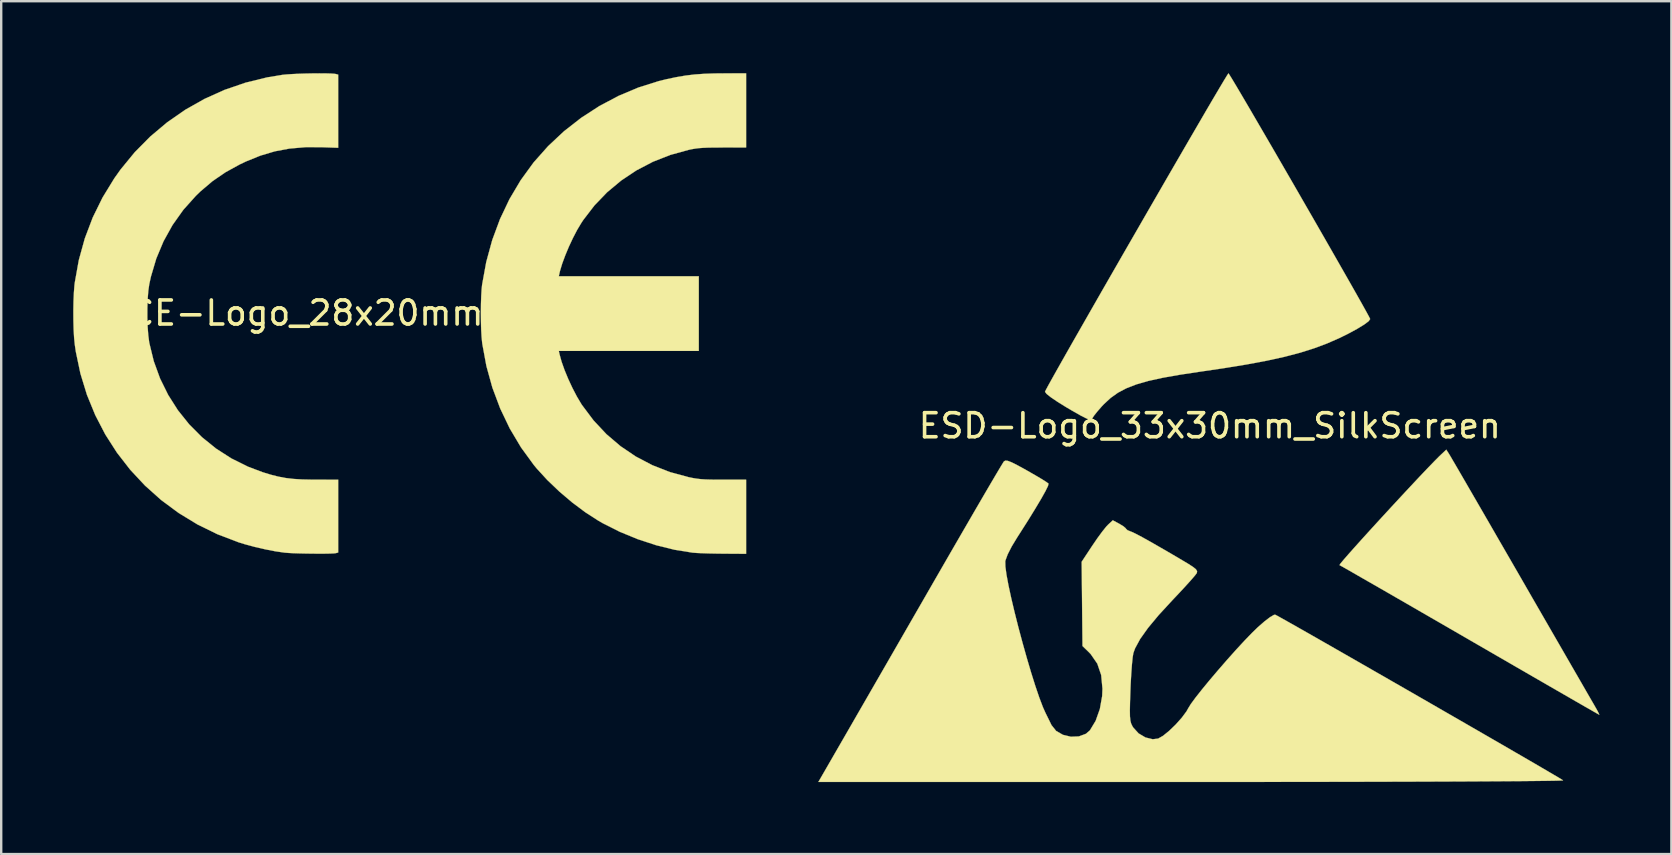
<source format=kicad_pcb>
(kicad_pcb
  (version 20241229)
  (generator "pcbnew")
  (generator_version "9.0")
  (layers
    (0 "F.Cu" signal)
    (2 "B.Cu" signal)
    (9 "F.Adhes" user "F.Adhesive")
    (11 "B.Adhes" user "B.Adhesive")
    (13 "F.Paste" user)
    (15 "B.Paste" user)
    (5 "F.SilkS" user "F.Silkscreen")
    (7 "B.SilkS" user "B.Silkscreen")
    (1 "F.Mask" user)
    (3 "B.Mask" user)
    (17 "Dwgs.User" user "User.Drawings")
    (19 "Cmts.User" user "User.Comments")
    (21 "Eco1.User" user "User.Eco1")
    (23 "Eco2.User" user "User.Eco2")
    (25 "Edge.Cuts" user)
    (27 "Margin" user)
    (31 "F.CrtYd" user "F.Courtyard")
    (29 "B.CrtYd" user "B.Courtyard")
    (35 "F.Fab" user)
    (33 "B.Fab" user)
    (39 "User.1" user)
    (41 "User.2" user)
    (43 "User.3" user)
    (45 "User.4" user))
  (footprint "ESD-Logo_33x30mm_SilkScreen"
    (layer "F.Cu")
    (at 47.344 14.686)
    (property "Reference" "ESD-Logo_33x30mm_SilkScreen" (at 0 0 0) (layer "F.SilkS") (effects (font (size 1 1) (thickness 0.15))))
    (attr exclude_from_pos_files exclude_from_bom)
    (fp_poly (pts (xy 9.968 1.177) (xy 10.025 1.272) (xy 10.153 1.492) (xy 10.347 1.824) (xy 10.598 2.257) (xy 10.902 2.782) (xy 11.252 3.386) (xy 11.641 4.059) (xy 12.063 4.791) (xy 12.513 5.569) (xy 12.975 6.369) (xy 13.446 7.188) (xy 13.899 7.973) (xy 14.327 8.714) (xy 14.723 9.4) (xy 15.08 10.019) (xy 15.392 10.559) (xy 15.652 11.01) (xy 15.854 11.361) (xy 15.992 11.598) (xy 16.056 11.71) (xy 16.162 11.898) (xy 16.219 12.016) (xy 16.222 12.036) (xy 16.152 11.998) (xy 15.958 11.887) (xy 15.65 11.711) (xy 15.238 11.474) (xy 14.732 11.182) (xy 14.142 10.842) (xy 13.479 10.459) (xy 12.752 10.039) (xy 11.972 9.588) (xy 11.149 9.112) (xy 10.836 8.931) (xy 9.998 8.446) (xy 9.198 7.984) (xy 8.448 7.55) (xy 7.756 7.151) (xy 7.133 6.792) (xy 6.589 6.48) (xy 6.135 6.219) (xy 5.782 6.016) (xy 5.538 5.878) (xy 5.415 5.809) (xy 5.402 5.803) (xy 5.439 5.744) (xy 5.57 5.586) (xy 5.78 5.344) (xy 6.057 5.033) (xy 6.387 4.666) (xy 6.757 4.259) (xy 7.153 3.826) (xy 7.562 3.382) (xy 7.971 2.94) (xy 8.366 2.516) (xy 8.734 2.123) (xy 9.062 1.778) (xy 9.337 1.493) (xy 9.544 1.284) (xy 9.615 1.216) (xy 9.851 0.994) (xy 9.968 1.177)) (stroke (width 0.01) (type solid)) (fill yes) (layer "F.SilkS"))
    (fp_poly (pts (xy 0.823 -14.615) (xy 0.938 -14.428) (xy 1.116 -14.131) (xy 1.349 -13.736) (xy 1.63 -13.258) (xy 1.951 -12.707) (xy 2.306 -12.098) (xy 2.687 -11.443) (xy 3.086 -10.753) (xy 3.497 -10.043) (xy 3.911 -9.324) (xy 4.323 -8.609) (xy 4.724 -7.911) (xy 5.107 -7.243) (xy 5.465 -6.616) (xy 5.791 -6.045) (xy 6.077 -5.541) (xy 6.316 -5.117) (xy 6.501 -4.785) (xy 6.624 -4.56) (xy 6.678 -4.452) (xy 6.68 -4.445) (xy 6.613 -4.353) (xy 6.425 -4.213) (xy 6.14 -4.039) (xy 5.779 -3.843) (xy 5.402 -3.657) (xy 4.888 -3.431) (xy 4.347 -3.229) (xy 3.762 -3.044) (xy 3.113 -2.874) (xy 2.381 -2.713) (xy 1.548 -2.557) (xy 0.596 -2.401) (xy -0.389 -2.256) (xy -1.245 -2.127) (xy -1.963 -2) (xy -2.563 -1.868) (xy -3.061 -1.724) (xy -3.477 -1.562) (xy -3.827 -1.377) (xy -4.13 -1.161) (xy -4.404 -0.908) (xy -4.493 -0.815) (xy -4.684 -0.596) (xy -4.826 -0.418) (xy -4.892 -0.313) (xy -4.894 -0.304) (xy -4.917 -0.252) (xy -4.996 -0.251) (xy -5.149 -0.31) (xy -5.392 -0.434) (xy -5.739 -0.632) (xy -5.981 -0.774) (xy -6.341 -0.997) (xy -6.621 -1.187) (xy -6.802 -1.332) (xy -6.865 -1.417) (xy -6.865 -1.418) (xy -6.826 -1.499) (xy -6.716 -1.703) (xy -6.541 -2.018) (xy -6.307 -2.434) (xy -6.022 -2.938) (xy -5.691 -3.521) (xy -5.32 -4.17) (xy -4.917 -4.875) (xy -4.488 -5.625) (xy -4.038 -6.408) (xy -3.575 -7.214) (xy -3.104 -8.031) (xy -2.633 -8.848) (xy -2.167 -9.655) (xy -1.714 -10.439) (xy -1.278 -11.191) (xy -0.868 -11.898) (xy -0.488 -12.55) (xy -0.147 -13.136) (xy 0.151 -13.644) (xy 0.399 -14.063) (xy 0.589 -14.383) (xy 0.717 -14.592) (xy 0.775 -14.679) (xy 0.777 -14.681) (xy 0.823 -14.615)) (stroke (width 0.01) (type solid)) (fill yes) (layer "F.SilkS"))
    (fp_poly (pts (xy -8.415 1.46) (xy -8.252 1.523) (xy -8.003 1.649) (xy -7.646 1.845) (xy -7.619 1.861) (xy -7.29 2.049) (xy -7.012 2.213) (xy -6.813 2.338) (xy -6.72 2.406) (xy -6.718 2.41) (xy -6.74 2.505) (xy -6.843 2.716) (xy -7.02 3.033) (xy -7.265 3.444) (xy -7.569 3.938) (xy -7.928 4.502) (xy -8.017 4.64) (xy -8.25 5.024) (xy -8.419 5.354) (xy -8.51 5.601) (xy -8.52 5.65) (xy -8.515 5.864) (xy -8.469 6.205) (xy -8.386 6.649) (xy -8.272 7.176) (xy -8.133 7.763) (xy -7.975 8.389) (xy -7.803 9.031) (xy -7.624 9.668) (xy -7.444 10.277) (xy -7.267 10.838) (xy -7.1 11.329) (xy -6.949 11.726) (xy -6.843 11.962) (xy -6.719 12.213) (xy -6.601 12.454) (xy -6.595 12.467) (xy -6.401 12.71) (xy -6.118 12.873) (xy -5.788 12.952) (xy -5.454 12.939) (xy -5.16 12.83) (xy -4.994 12.686) (xy -4.755 12.29) (xy -4.58 11.798) (xy -4.484 11.258) (xy -4.471 10.952) (xy -4.525 10.381) (xy -4.686 9.909) (xy -4.961 9.511) (xy -5.047 9.422) (xy -5.303 9.174) (xy -5.338 5.665) (xy -4.891 4.988) (xy -4.681 4.681) (xy -4.479 4.406) (xy -4.313 4.199) (xy -4.242 4.124) (xy -4.041 3.936) (xy -3.768 4.083) (xy -3.596 4.188) (xy -3.501 4.27) (xy -3.495 4.285) (xy -3.431 4.347) (xy -3.321 4.393) (xy -3.214 4.435) (xy -3.051 4.515) (xy -2.817 4.639) (xy -2.498 4.817) (xy -2.081 5.056) (xy -1.551 5.363) (xy -1.264 5.532) (xy -0.925 5.733) (xy -0.703 5.876) (xy -0.577 5.978) (xy -0.529 6.056) (xy -0.539 6.126) (xy -0.547 6.143) (xy -0.625 6.245) (xy -0.792 6.438) (xy -1.028 6.699) (xy -1.314 7.007) (xy -1.561 7.268) (xy -2.131 7.887) (xy -2.577 8.424) (xy -2.903 8.883) (xy -3.113 9.271) (xy -3.184 9.468) (xy -3.213 9.641) (xy -3.243 9.935) (xy -3.271 10.317) (xy -3.296 10.754) (xy -3.307 11.03) (xy -3.323 11.507) (xy -3.33 11.856) (xy -3.326 12.104) (xy -3.309 12.277) (xy -3.277 12.402) (xy -3.228 12.505) (xy -3.189 12.569) (xy -2.967 12.813) (xy -2.68 12.983) (xy -2.379 13.057) (xy -2.153 13.03) (xy -1.948 12.914) (xy -1.692 12.706) (xy -1.419 12.442) (xy -1.167 12.16) (xy -0.97 11.894) (xy -0.898 11.765) (xy -0.79 11.589) (xy -0.593 11.321) (xy -0.325 10.982) (xy -0.005 10.593) (xy 0.35 10.175) (xy 0.721 9.748) (xy 1.091 9.334) (xy 1.442 8.954) (xy 1.756 8.628) (xy 2.002 8.389) (xy 2.276 8.15) (xy 2.506 7.974) (xy 2.667 7.879) (xy 2.721 7.868) (xy 2.803 7.91) (xy 3.008 8.024) (xy 3.323 8.201) (xy 3.738 8.436) (xy 4.239 8.721) (xy 4.817 9.051) (xy 5.457 9.417) (xy 6.15 9.814) (xy 6.882 10.234) (xy 7.643 10.671) (xy 8.42 11.117) (xy 9.201 11.567) (xy 9.975 12.013) (xy 10.73 12.448) (xy 11.454 12.866) (xy 12.136 13.26) (xy 12.762 13.623) (xy 13.323 13.948) (xy 13.805 14.229) (xy 14.197 14.459) (xy 14.488 14.63) (xy 14.664 14.736) (xy 14.716 14.77) (xy 14.647 14.776) (xy 14.43 14.783) (xy 14.071 14.789) (xy 13.58 14.795) (xy 12.962 14.801) (xy 12.224 14.806) (xy 11.375 14.811) (xy 10.421 14.816) (xy 9.369 14.82) (xy 8.227 14.824) (xy 7.003 14.827) (xy 5.702 14.83) (xy 4.332 14.832) (xy 2.902 14.834) (xy 1.417 14.835) (xy -0.115 14.836) (xy -0.758 14.836) (xy -16.305 14.836) (xy -15.196 12.914) (xy -14.961 12.507) (xy -14.659 11.982) (xy -14.3 11.359) (xy -13.893 10.653) (xy -13.449 9.883) (xy -12.978 9.065) (xy -12.491 8.219) (xy -11.996 7.36) (xy -11.505 6.507) (xy -11.381 6.292) (xy -10.928 5.506) (xy -10.496 4.759) (xy -10.091 4.06) (xy -9.721 3.422) (xy -9.391 2.856) (xy -9.108 2.372) (xy -8.878 1.982) (xy -8.708 1.697) (xy -8.605 1.528) (xy -8.576 1.485) (xy -8.516 1.45) (xy -8.415 1.46)) (stroke (width 0.01) (type solid)) (fill yes) (layer "F.SilkS")))
  (footprint "CE-Logo_28x20mm_SilkScreen"
    (layer "F.Cu")
    (at 14.015 9.99)
    (property "Reference" "CE-Logo_28x20mm_SilkScreen" (at 0 0 0) (layer "F.SilkS") (effects (font (size 1 1) (thickness 0.15))))
    (attr exclude_from_pos_files exclude_from_bom)
    (fp_poly (pts (xy -3.512 -9.983) (xy -3.298 -9.977) (xy -3.144 -9.968) (xy -3.076 -9.957) (xy -2.978 -9.931) (xy -2.978 -6.884) (xy -3.672 -6.908) (xy -4.366 -6.907) (xy -5.009 -6.851) (xy -5.62 -6.736) (xy -6.217 -6.558) (xy -6.822 -6.313) (xy -7.073 -6.194) (xy -7.67 -5.866) (xy -8.209 -5.497) (xy -8.713 -5.07) (xy -8.909 -4.88) (xy -9.428 -4.301) (xy -9.877 -3.669) (xy -10.253 -2.991) (xy -10.555 -2.27) (xy -10.78 -1.511) (xy -10.847 -1.204) (xy -10.887 -0.926) (xy -10.914 -0.585) (xy -10.927 -0.205) (xy -10.928 0.189) (xy -10.915 0.575) (xy -10.888 0.929) (xy -10.849 1.226) (xy -10.845 1.248) (xy -10.66 2.005) (xy -10.397 2.728) (xy -10.06 3.41) (xy -9.655 4.048) (xy -9.184 4.637) (xy -8.652 5.171) (xy -8.063 5.647) (xy -7.423 6.058) (xy -6.734 6.4) (xy -6.127 6.629) (xy -5.785 6.734) (xy -5.472 6.813) (xy -5.165 6.871) (xy -4.843 6.909) (xy -4.485 6.931) (xy -4.069 6.94) (xy -3.887 6.94) (xy -2.978 6.939) (xy -2.978 9.975) (xy -3.076 10.001) (xy -3.161 10.011) (xy -3.316 10.018) (xy -3.527 10.022) (xy -3.778 10.023) (xy -4.051 10.021) (xy -4.333 10.017) (xy -4.605 10.011) (xy -4.853 10.003) (xy -5.06 9.992) (xy -5.21 9.98) (xy -5.211 9.98) (xy -5.585 9.926) (xy -6.008 9.844) (xy -6.446 9.743) (xy -6.869 9.629) (xy -7.137 9.546) (xy -8.013 9.211) (xy -8.843 8.804) (xy -9.624 8.328) (xy -10.353 7.788) (xy -11.026 7.186) (xy -11.64 6.528) (xy -12.192 5.817) (xy -12.679 5.057) (xy -13.097 4.252) (xy -13.443 3.407) (xy -13.714 2.524) (xy -13.907 1.608) (xy -13.95 1.314) (xy -13.978 1.033) (xy -13.998 0.689) (xy -14.008 0.305) (xy -14.01 -0.096) (xy -14.003 -0.49) (xy -13.987 -0.854) (xy -13.963 -1.164) (xy -13.95 -1.27) (xy -13.782 -2.206) (xy -13.532 -3.11) (xy -13.202 -3.98) (xy -12.792 -4.814) (xy -12.304 -5.611) (xy -12.043 -5.978) (xy -11.453 -6.698) (xy -10.804 -7.354) (xy -10.101 -7.945) (xy -9.349 -8.467) (xy -8.551 -8.918) (xy -7.712 -9.296) (xy -6.838 -9.596) (xy -5.932 -9.818) (xy -5.3 -9.922) (xy -5.127 -9.939) (xy -4.899 -9.954) (xy -4.633 -9.967) (xy -4.345 -9.976) (xy -4.051 -9.982) (xy -3.768 -9.984) (xy -3.512 -9.983)) (stroke (width 0.01) (type solid)) (fill yes) (layer "F.SilkS"))
    (fp_poly (pts (xy 14.014 -8.441) (xy 14.014 -6.897) (xy 13.039 -6.896) (xy 12.702 -6.895) (xy 12.435 -6.891) (xy 12.221 -6.882) (xy 12.045 -6.869) (xy 11.887 -6.849) (xy 11.733 -6.822) (xy 11.621 -6.798) (xy 10.86 -6.588) (xy 10.134 -6.303) (xy 9.448 -5.945) (xy 8.81 -5.52) (xy 8.223 -5.03) (xy 7.695 -4.481) (xy 7.23 -3.875) (xy 7.149 -3.752) (xy 6.977 -3.465) (xy 6.802 -3.129) (xy 6.633 -2.768) (xy 6.481 -2.404) (xy 6.354 -2.061) (xy 6.263 -1.76) (xy 6.243 -1.675) (xy 6.212 -1.533) (xy 12.043 -1.533) (xy 12.043 1.577) (xy 6.212 1.577) (xy 6.243 1.719) (xy 6.326 2.021) (xy 6.45 2.372) (xy 6.605 2.747) (xy 6.781 3.125) (xy 6.967 3.481) (xy 7.153 3.794) (xy 7.185 3.841) (xy 7.661 4.475) (xy 8.194 5.044) (xy 8.782 5.545) (xy 9.422 5.978) (xy 10.109 6.338) (xy 10.841 6.625) (xy 11.614 6.835) (xy 11.632 6.839) (xy 11.806 6.874) (xy 11.967 6.9) (xy 12.131 6.919) (xy 12.317 6.931) (xy 12.543 6.938) (xy 12.827 6.941) (xy 13.061 6.941) (xy 14.014 6.941) (xy 14.014 10.029) (xy 13.061 10.023) (xy 12.757 10.019) (xy 12.46 10.013) (xy 12.189 10.004) (xy 11.964 9.994) (xy 11.804 9.982) (xy 11.78 9.98) (xy 11.034 9.86) (xy 10.267 9.671) (xy 9.499 9.419) (xy 8.752 9.112) (xy 8.046 8.756) (xy 7.861 8.65) (xy 7.32 8.301) (xy 6.77 7.89) (xy 6.235 7.436) (xy 5.735 6.958) (xy 5.292 6.475) (xy 5.171 6.328) (xy 4.637 5.595) (xy 4.169 4.808) (xy 3.771 3.976) (xy 3.445 3.107) (xy 3.196 2.208) (xy 3.026 1.288) (xy 3.018 1.226) (xy 2.995 0.989) (xy 2.978 0.689) (xy 2.969 0.347) (xy 2.966 -0.013) (xy 2.969 -0.371) (xy 2.98 -0.704) (xy 2.997 -0.991) (xy 3.017 -1.182) (xy 3.189 -2.126) (xy 3.438 -3.038) (xy 3.762 -3.913) (xy 4.158 -4.747) (xy 4.625 -5.534) (xy 5.159 -6.269) (xy 5.171 -6.283) (xy 5.768 -6.955) (xy 6.427 -7.572) (xy 7.14 -8.129) (xy 7.9 -8.622) (xy 8.698 -9.045) (xy 9.526 -9.394) (xy 10.376 -9.662) (xy 10.708 -9.743) (xy 11.118 -9.829) (xy 11.499 -9.893) (xy 11.876 -9.938) (xy 12.273 -9.966) (xy 12.714 -9.981) (xy 13.083 -9.984) (xy 14.014 -9.985) (xy 14.014 -8.441)) (stroke (width 0.01) (type solid)) (fill yes) (layer "F.SilkS")))
  (gr_rect
    (start -3 -3)
    (end 66.571 32.527)
    (stroke (width 0.1) (type default))
    (fill no)
    (layer "Edge.Cuts")))
</source>
